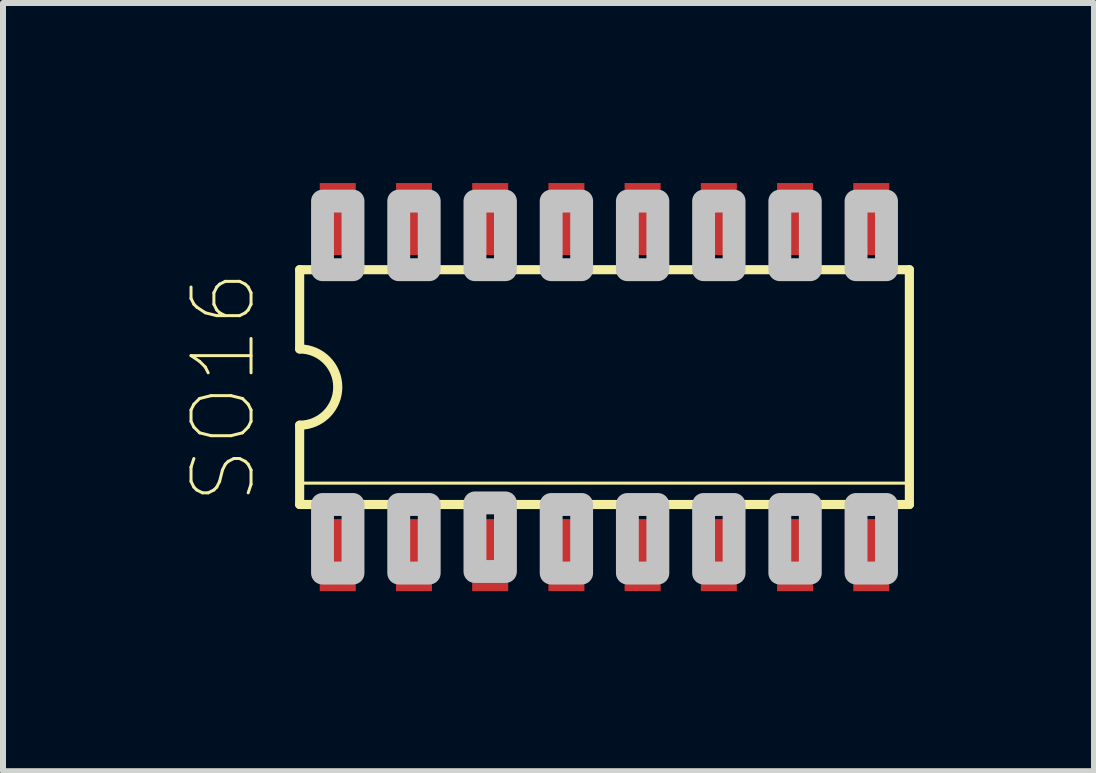
<source format=kicad_pcb>
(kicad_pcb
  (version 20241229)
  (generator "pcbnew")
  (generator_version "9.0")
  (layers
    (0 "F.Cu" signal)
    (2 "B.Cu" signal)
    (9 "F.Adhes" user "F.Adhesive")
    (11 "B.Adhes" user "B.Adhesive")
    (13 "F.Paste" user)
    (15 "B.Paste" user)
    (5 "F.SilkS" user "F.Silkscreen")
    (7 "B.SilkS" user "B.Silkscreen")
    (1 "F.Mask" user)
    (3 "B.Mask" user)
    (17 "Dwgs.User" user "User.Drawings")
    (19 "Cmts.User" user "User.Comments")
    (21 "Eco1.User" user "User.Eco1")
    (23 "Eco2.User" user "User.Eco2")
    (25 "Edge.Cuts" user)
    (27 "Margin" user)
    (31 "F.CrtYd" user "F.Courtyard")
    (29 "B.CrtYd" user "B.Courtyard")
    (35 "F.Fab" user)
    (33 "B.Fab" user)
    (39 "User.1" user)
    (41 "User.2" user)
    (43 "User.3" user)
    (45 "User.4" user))
  (footprint "SO16"
    (layer "F.Cu")
    (at 7.023 3.4)
    (property "Reference" "SO16" (at -6.35 0 90) (layer "F.SilkS") (effects (font (size 1 1) (thickness 0.05))))
    (attr smd)
    (fp_line (start -5.08 -0.635) (end -5.08 -1.956) (stroke (width 0.152) (type solid)) (layer "F.SilkS"))
    (fp_line (start -5.08 1.6) (end 5.08 1.6) (stroke (width 0.051) (type solid)) (layer "F.SilkS"))
    (fp_line (start -5.08 1.956) (end -5.08 0.635) (stroke (width 0.152) (type solid)) (layer "F.SilkS"))
    (fp_line (start -5.08 1.956) (end 5.08 1.956) (stroke (width 0.152) (type solid)) (layer "F.SilkS"))
    (fp_line (start 5.08 -1.956) (end -5.08 -1.956) (stroke (width 0.152) (type solid)) (layer "F.SilkS"))
    (fp_line (start 5.08 1.956) (end 5.08 -1.956) (stroke (width 0.152) (type solid)) (layer "F.SilkS"))
    (fp_arc (start -5.08 -0.635) (mid -4.445 0) (end -5.08 0.635) (stroke (width 0.1524) (type solid)) (layer "F.SilkS"))
    (fp_poly (pts (xy -4.699 -3.099) (xy -4.191 -3.099) (xy -4.191 -1.956) (xy -4.699 -1.956)) (stroke (width 0.381) (type solid)) (fill no) (layer "Dwgs.User"))
    (fp_poly (pts (xy -4.699 1.956) (xy -4.191 1.956) (xy -4.191 3.099) (xy -4.699 3.099)) (stroke (width 0.381) (type solid)) (fill no) (layer "Dwgs.User"))
    (fp_poly (pts (xy -3.429 -3.099) (xy -2.921 -3.099) (xy -2.921 -1.956) (xy -3.429 -1.956)) (stroke (width 0.381) (type solid)) (fill no) (layer "Dwgs.User"))
    (fp_poly (pts (xy -3.429 1.956) (xy -2.921 1.956) (xy -2.921 3.099) (xy -3.429 3.099)) (stroke (width 0.381) (type solid)) (fill no) (layer "Dwgs.User"))
    (fp_poly (pts (xy -2.159 -3.099) (xy -1.651 -3.099) (xy -1.651 -1.956) (xy -2.159 -1.956)) (stroke (width 0.381) (type solid)) (fill no) (layer "Dwgs.User"))
    (fp_poly (pts (xy -2.159 1.93) (xy -1.651 1.93) (xy -1.651 3.073) (xy -2.159 3.073)) (stroke (width 0.381) (type solid)) (fill no) (layer "Dwgs.User"))
    (fp_poly (pts (xy -0.889 -3.099) (xy -0.381 -3.099) (xy -0.381 -1.956) (xy -0.889 -1.956)) (stroke (width 0.381) (type solid)) (fill no) (layer "Dwgs.User"))
    (fp_poly (pts (xy -0.889 1.956) (xy -0.381 1.956) (xy -0.381 3.099) (xy -0.889 3.099)) (stroke (width 0.381) (type solid)) (fill no) (layer "Dwgs.User"))
    (fp_poly (pts (xy 0.381 -3.099) (xy 0.889 -3.099) (xy 0.889 -1.956) (xy 0.381 -1.956)) (stroke (width 0.381) (type solid)) (fill no) (layer "Dwgs.User"))
    (fp_poly (pts (xy 0.381 1.956) (xy 0.889 1.956) (xy 0.889 3.099) (xy 0.381 3.099)) (stroke (width 0.381) (type solid)) (fill no) (layer "Dwgs.User"))
    (fp_poly (pts (xy 1.651 -3.099) (xy 2.159 -3.099) (xy 2.159 -1.956) (xy 1.651 -1.956)) (stroke (width 0.381) (type solid)) (fill no) (layer "Dwgs.User"))
    (fp_poly (pts (xy 1.651 1.956) (xy 2.159 1.956) (xy 2.159 3.099) (xy 1.651 3.099)) (stroke (width 0.381) (type solid)) (fill no) (layer "Dwgs.User"))
    (fp_poly (pts (xy 2.921 -3.099) (xy 3.429 -3.099) (xy 3.429 -1.956) (xy 2.921 -1.956)) (stroke (width 0.381) (type solid)) (fill no) (layer "Dwgs.User"))
    (fp_poly (pts (xy 2.921 1.956) (xy 3.429 1.956) (xy 3.429 3.099) (xy 2.921 3.099)) (stroke (width 0.381) (type solid)) (fill no) (layer "Dwgs.User"))
    (fp_poly (pts (xy 4.191 -3.099) (xy 4.699 -3.099) (xy 4.699 -1.956) (xy 4.191 -1.956)) (stroke (width 0.381) (type solid)) (fill no) (layer "Dwgs.User"))
    (fp_poly (pts (xy 4.191 1.956) (xy 4.699 1.956) (xy 4.699 3.099) (xy 4.191 3.099)) (stroke (width 0.381) (type solid)) (fill no) (layer "Dwgs.User"))
    (pad "1" smd rect (at -4.445 2.8) (size 0.6 1.2) (layers "F.Cu" "F.Mask" "F.Paste"))
    (pad "2" smd rect (at -3.175 2.8) (size 0.6 1.2) (layers "F.Cu" "F.Mask" "F.Paste"))
    (pad "3" smd rect (at -1.905 2.8) (size 0.6 1.2) (layers "F.Cu" "F.Mask" "F.Paste"))
    (pad "4" smd rect (at -0.635 2.8) (size 0.6 1.2) (layers "F.Cu" "F.Mask" "F.Paste"))
    (pad "5" smd rect (at 0.635 2.8) (size 0.6 1.2) (layers "F.Cu" "F.Mask" "F.Paste"))
    (pad "6" smd rect (at 1.905 2.8) (size 0.6 1.2) (layers "F.Cu" "F.Mask" "F.Paste"))
    (pad "7" smd rect (at 3.175 2.8) (size 0.6 1.2) (layers "F.Cu" "F.Mask" "F.Paste"))
    (pad "8" smd rect (at 4.445 2.8) (size 0.6 1.2) (layers "F.Cu" "F.Mask" "F.Paste"))
    (pad "9" smd rect (at 4.445 -2.8) (size 0.6 1.2) (layers "F.Cu" "F.Mask" "F.Paste"))
    (pad "10" smd rect (at 3.175 -2.8) (size 0.6 1.2) (layers "F.Cu" "F.Mask" "F.Paste"))
    (pad "11" smd rect (at 1.905 -2.8) (size 0.6 1.2) (layers "F.Cu" "F.Mask" "F.Paste"))
    (pad "12" smd rect (at 0.635 -2.8) (size 0.6 1.2) (layers "F.Cu" "F.Mask" "F.Paste"))
    (pad "13" smd rect (at -0.635 -2.8) (size 0.6 1.2) (layers "F.Cu" "F.Mask" "F.Paste"))
    (pad "14" smd rect (at -1.905 -2.8) (size 0.6 1.2) (layers "F.Cu" "F.Mask" "F.Paste"))
    (pad "15" smd rect (at -3.175 -2.8) (size 0.6 1.2) (layers "F.Cu" "F.Mask" "F.Paste"))
    (pad "16" smd rect (at -4.445 -2.8) (size 0.6 1.2) (layers "F.Cu" "F.Mask" "F.Paste")))
  (gr_rect
    (start -3 -3)
    (end 15.179 9.8)
    (stroke (width 0.1) (type default))
    (fill no)
    (layer "Edge.Cuts")))
</source>
